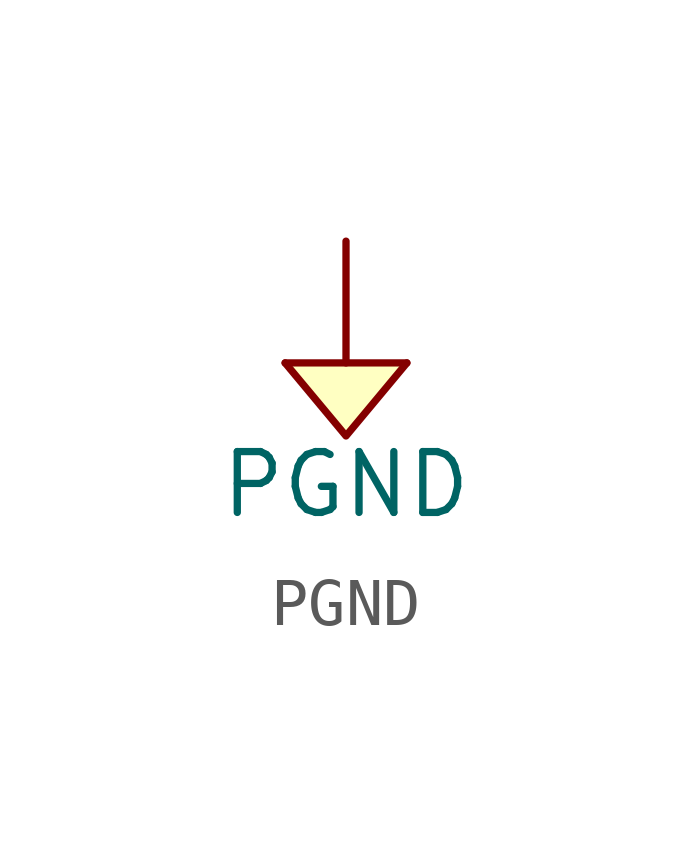
<source format=kicad_sym>
(kicad_symbol_lib
  (version 20220914)
  (generator kicad_symbol_editor)
  (symbol "PGND"
    (power)
    (pin_numbers hide)
    (pin_names
      (offset 0) hide)
    (property "Reference" "#PWR"
      (at 0 -4.318 0)
      (effects (font (size 1.27 1.27)) hide))
    (property "Value" "PGND"
      (at 0 -2.54 0)
      (effects (font (size 1.27 1.27))))
    (property "Footprint" ""
      (at 0 2.54 0)
      (effects (font (size 1.524 1.524))))
    (property "Datasheet" ""
      (at -0.508 -2.286 0)
      (effects (font (size 1.524 1.524))))
    (symbol "PGND_0_1"
      (polyline (pts (xy 0 0) (xy 1.27 0)) (stroke (width 0) (type default)) (fill (type none)))
      (polyline (pts (xy -1.27 0) (xy 0 -1.524) (xy 1.27 0)) (stroke (width 0) (type default)) (fill (type background)))
      (polyline (pts (xy 0 2.54) (xy 0 0) (xy -1.27 0)) (stroke (width 0) (type default)) (fill (type none))))
    (symbol "PGND_1_1"
      (pin power_in line (at 0 2.54 90) (length 0) hide (name "PGND" (effects (font (size 1.27 1.27)))) (number "1" (effects (font (size 1.27 1.27))))))))
</source>
